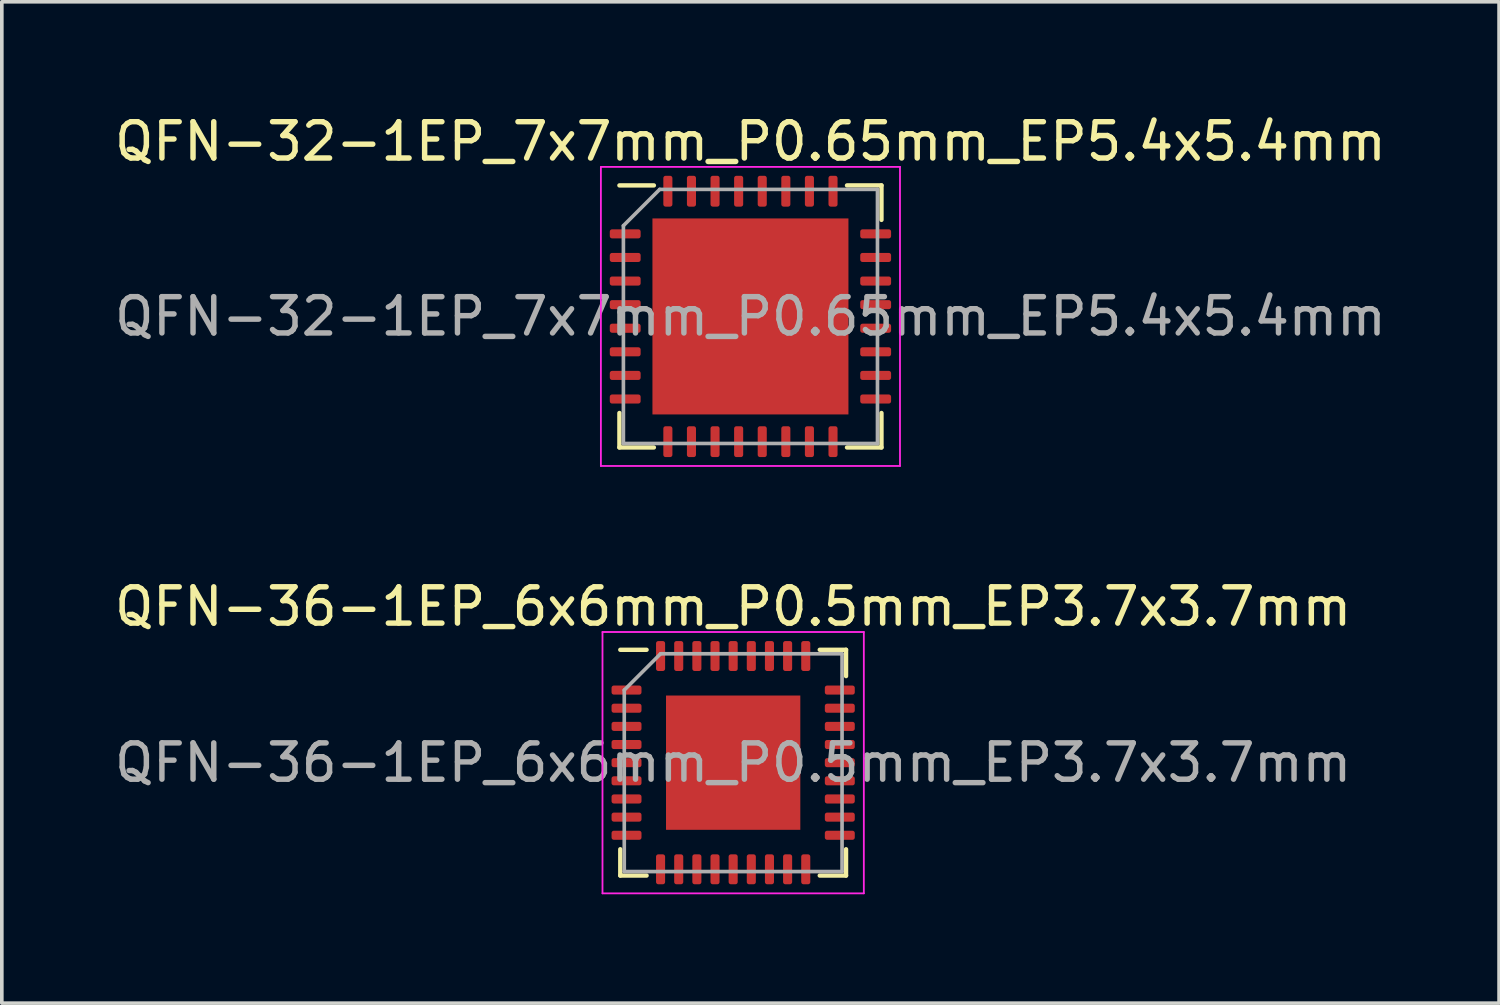
<source format=kicad_pcb>
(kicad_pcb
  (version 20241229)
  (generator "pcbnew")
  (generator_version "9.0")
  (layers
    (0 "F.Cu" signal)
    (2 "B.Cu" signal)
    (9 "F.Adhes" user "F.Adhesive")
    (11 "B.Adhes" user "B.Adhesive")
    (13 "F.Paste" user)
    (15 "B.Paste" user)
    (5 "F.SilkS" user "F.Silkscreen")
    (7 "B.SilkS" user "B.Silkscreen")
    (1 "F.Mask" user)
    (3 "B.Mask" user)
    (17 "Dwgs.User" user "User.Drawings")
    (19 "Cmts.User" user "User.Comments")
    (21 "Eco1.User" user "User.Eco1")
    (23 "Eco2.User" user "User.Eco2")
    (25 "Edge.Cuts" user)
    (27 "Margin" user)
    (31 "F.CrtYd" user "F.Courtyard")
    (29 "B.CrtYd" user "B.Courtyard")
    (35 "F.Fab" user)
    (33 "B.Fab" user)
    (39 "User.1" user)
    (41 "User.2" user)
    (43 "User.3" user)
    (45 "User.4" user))
  (footprint "QFN-32-1EP_7x7mm_P0.65mm_EP5.4x5.4mm"
    (layer "F.Cu")
    (at 17.625 5.668)
    (property "Reference" "QFN-32-1EP_7x7mm_P0.65mm_EP5.4x5.4mm" (at 0 -4.82 0) (layer "F.SilkS") (effects (font (size 1 1) (thickness 0.15))))
    (attr smd)
    (fp_line (start -3.61 3.61) (end -3.61 2.66) (stroke (width 0.12) (type solid)) (layer "F.SilkS"))
    (fp_line (start -2.66 -3.61) (end -3.61 -3.61) (stroke (width 0.12) (type solid)) (layer "F.SilkS"))
    (fp_line (start -2.66 3.61) (end -3.61 3.61) (stroke (width 0.12) (type solid)) (layer "F.SilkS"))
    (fp_line (start 2.66 -3.61) (end 3.61 -3.61) (stroke (width 0.12) (type solid)) (layer "F.SilkS"))
    (fp_line (start 2.66 3.61) (end 3.61 3.61) (stroke (width 0.12) (type solid)) (layer "F.SilkS"))
    (fp_line (start 3.61 -3.61) (end 3.61 -2.66) (stroke (width 0.12) (type solid)) (layer "F.SilkS"))
    (fp_line (start 3.61 3.61) (end 3.61 2.66) (stroke (width 0.12) (type solid)) (layer "F.SilkS"))
    (fp_line (start -4.12 -4.12) (end -4.12 4.12) (stroke (width 0.05) (type solid)) (layer "F.CrtYd"))
    (fp_line (start -4.12 4.12) (end 4.12 4.12) (stroke (width 0.05) (type solid)) (layer "F.CrtYd"))
    (fp_line (start 4.12 -4.12) (end -4.12 -4.12) (stroke (width 0.05) (type solid)) (layer "F.CrtYd"))
    (fp_line (start 4.12 4.12) (end 4.12 -4.12) (stroke (width 0.05) (type solid)) (layer "F.CrtYd"))
    (fp_line (start -3.5 -2.5) (end -2.5 -3.5) (stroke (width 0.1) (type solid)) (layer "F.Fab"))
    (fp_line (start -3.5 3.5) (end -3.5 -2.5) (stroke (width 0.1) (type solid)) (layer "F.Fab"))
    (fp_line (start -2.5 -3.5) (end 3.5 -3.5) (stroke (width 0.1) (type solid)) (layer "F.Fab"))
    (fp_line (start 3.5 -3.5) (end 3.5 3.5) (stroke (width 0.1) (type solid)) (layer "F.Fab"))
    (fp_line (start 3.5 3.5) (end -3.5 3.5) (stroke (width 0.1) (type solid)) (layer "F.Fab"))
    (fp_text user "${REFERENCE}" (at 0 0 0) (layer "F.Fab") (effects (font (size 1 1) (thickness 0.15))))
    (pad "" smd roundrect (at -2.025 -2.025) (size 1.09 1.09) (layers "F.Paste") (roundrect_rratio 0.229))
    (pad "" smd roundrect (at -2.025 -0.675) (size 1.09 1.09) (layers "F.Paste") (roundrect_rratio 0.229))
    (pad "" smd roundrect (at -2.025 0.675) (size 1.09 1.09) (layers "F.Paste") (roundrect_rratio 0.229))
    (pad "" smd roundrect (at -2.025 2.025) (size 1.09 1.09) (layers "F.Paste") (roundrect_rratio 0.229))
    (pad "" smd roundrect (at -0.675 -2.025) (size 1.09 1.09) (layers "F.Paste") (roundrect_rratio 0.229))
    (pad "" smd roundrect (at -0.675 -0.675) (size 1.09 1.09) (layers "F.Paste") (roundrect_rratio 0.229))
    (pad "" smd roundrect (at -0.675 0.675) (size 1.09 1.09) (layers "F.Paste") (roundrect_rratio 0.229))
    (pad "" smd roundrect (at -0.675 2.025) (size 1.09 1.09) (layers "F.Paste") (roundrect_rratio 0.229))
    (pad "" smd roundrect (at 0.675 -2.025) (size 1.09 1.09) (layers "F.Paste") (roundrect_rratio 0.229))
    (pad "" smd roundrect (at 0.675 -0.675) (size 1.09 1.09) (layers "F.Paste") (roundrect_rratio 0.229))
    (pad "" smd roundrect (at 0.675 0.675) (size 1.09 1.09) (layers "F.Paste") (roundrect_rratio 0.229))
    (pad "" smd roundrect (at 0.675 2.025) (size 1.09 1.09) (layers "F.Paste") (roundrect_rratio 0.229))
    (pad "" smd roundrect (at 2.025 -2.025) (size 1.09 1.09) (layers "F.Paste") (roundrect_rratio 0.229))
    (pad "" smd roundrect (at 2.025 -0.675) (size 1.09 1.09) (layers "F.Paste") (roundrect_rratio 0.229))
    (pad "" smd roundrect (at 2.025 0.675) (size 1.09 1.09) (layers "F.Paste") (roundrect_rratio 0.229))
    (pad "" smd roundrect (at 2.025 2.025) (size 1.09 1.09) (layers "F.Paste") (roundrect_rratio 0.229))
    (pad "1" smd roundrect (at -3.45 -2.275) (size 0.85 0.25) (layers "F.Cu" "F.Mask" "F.Paste") (roundrect_rratio 0.25))
    (pad "2" smd roundrect (at -3.45 -1.625) (size 0.85 0.25) (layers "F.Cu" "F.Mask" "F.Paste") (roundrect_rratio 0.25))
    (pad "3" smd roundrect (at -3.45 -0.975) (size 0.85 0.25) (layers "F.Cu" "F.Mask" "F.Paste") (roundrect_rratio 0.25))
    (pad "4" smd roundrect (at -3.45 -0.325) (size 0.85 0.25) (layers "F.Cu" "F.Mask" "F.Paste") (roundrect_rratio 0.25))
    (pad "5" smd roundrect (at -3.45 0.325) (size 0.85 0.25) (layers "F.Cu" "F.Mask" "F.Paste") (roundrect_rratio 0.25))
    (pad "6" smd roundrect (at -3.45 0.975) (size 0.85 0.25) (layers "F.Cu" "F.Mask" "F.Paste") (roundrect_rratio 0.25))
    (pad "7" smd roundrect (at -3.45 1.625) (size 0.85 0.25) (layers "F.Cu" "F.Mask" "F.Paste") (roundrect_rratio 0.25))
    (pad "8" smd roundrect (at -3.45 2.275) (size 0.85 0.25) (layers "F.Cu" "F.Mask" "F.Paste") (roundrect_rratio 0.25))
    (pad "9" smd roundrect (at -2.275 3.45) (size 0.25 0.85) (layers "F.Cu" "F.Mask" "F.Paste") (roundrect_rratio 0.25))
    (pad "10" smd roundrect (at -1.625 3.45) (size 0.25 0.85) (layers "F.Cu" "F.Mask" "F.Paste") (roundrect_rratio 0.25))
    (pad "11" smd roundrect (at -0.975 3.45) (size 0.25 0.85) (layers "F.Cu" "F.Mask" "F.Paste") (roundrect_rratio 0.25))
    (pad "12" smd roundrect (at -0.325 3.45) (size 0.25 0.85) (layers "F.Cu" "F.Mask" "F.Paste") (roundrect_rratio 0.25))
    (pad "13" smd roundrect (at 0.325 3.45) (size 0.25 0.85) (layers "F.Cu" "F.Mask" "F.Paste") (roundrect_rratio 0.25))
    (pad "14" smd roundrect (at 0.975 3.45) (size 0.25 0.85) (layers "F.Cu" "F.Mask" "F.Paste") (roundrect_rratio 0.25))
    (pad "15" smd roundrect (at 1.625 3.45) (size 0.25 0.85) (layers "F.Cu" "F.Mask" "F.Paste") (roundrect_rratio 0.25))
    (pad "16" smd roundrect (at 2.275 3.45) (size 0.25 0.85) (layers "F.Cu" "F.Mask" "F.Paste") (roundrect_rratio 0.25))
    (pad "17" smd roundrect (at 3.45 2.275) (size 0.85 0.25) (layers "F.Cu" "F.Mask" "F.Paste") (roundrect_rratio 0.25))
    (pad "18" smd roundrect (at 3.45 1.625) (size 0.85 0.25) (layers "F.Cu" "F.Mask" "F.Paste") (roundrect_rratio 0.25))
    (pad "19" smd roundrect (at 3.45 0.975) (size 0.85 0.25) (layers "F.Cu" "F.Mask" "F.Paste") (roundrect_rratio 0.25))
    (pad "20" smd roundrect (at 3.45 0.325) (size 0.85 0.25) (layers "F.Cu" "F.Mask" "F.Paste") (roundrect_rratio 0.25))
    (pad "21" smd roundrect (at 3.45 -0.325) (size 0.85 0.25) (layers "F.Cu" "F.Mask" "F.Paste") (roundrect_rratio 0.25))
    (pad "22" smd roundrect (at 3.45 -0.975) (size 0.85 0.25) (layers "F.Cu" "F.Mask" "F.Paste") (roundrect_rratio 0.25))
    (pad "23" smd roundrect (at 3.45 -1.625) (size 0.85 0.25) (layers "F.Cu" "F.Mask" "F.Paste") (roundrect_rratio 0.25))
    (pad "24" smd roundrect (at 3.45 -2.275) (size 0.85 0.25) (layers "F.Cu" "F.Mask" "F.Paste") (roundrect_rratio 0.25))
    (pad "25" smd roundrect (at 2.275 -3.45) (size 0.25 0.85) (layers "F.Cu" "F.Mask" "F.Paste") (roundrect_rratio 0.25))
    (pad "26" smd roundrect (at 1.625 -3.45) (size 0.25 0.85) (layers "F.Cu" "F.Mask" "F.Paste") (roundrect_rratio 0.25))
    (pad "27" smd roundrect (at 0.975 -3.45) (size 0.25 0.85) (layers "F.Cu" "F.Mask" "F.Paste") (roundrect_rratio 0.25))
    (pad "28" smd roundrect (at 0.325 -3.45) (size 0.25 0.85) (layers "F.Cu" "F.Mask" "F.Paste") (roundrect_rratio 0.25))
    (pad "29" smd roundrect (at -0.325 -3.45) (size 0.25 0.85) (layers "F.Cu" "F.Mask" "F.Paste") (roundrect_rratio 0.25))
    (pad "30" smd roundrect (at -0.975 -3.45) (size 0.25 0.85) (layers "F.Cu" "F.Mask" "F.Paste") (roundrect_rratio 0.25))
    (pad "31" smd roundrect (at -1.625 -3.45) (size 0.25 0.85) (layers "F.Cu" "F.Mask" "F.Paste") (roundrect_rratio 0.25))
    (pad "32" smd roundrect (at -2.275 -3.45) (size 0.25 0.85) (layers "F.Cu" "F.Mask" "F.Paste") (roundrect_rratio 0.25))
    (pad "33" smd rect (at 0 0) (size 5.4 5.4) (layers "F.Cu" "F.Mask")))
  (footprint "QFN-36-1EP_6x6mm_P0.5mm_EP3.7x3.7mm"
    (layer "F.Cu")
    (at 17.149 17.962)
    (property "Reference" "QFN-36-1EP_6x6mm_P0.5mm_EP3.7x3.7mm" (at 0 -4.3 0) (layer "F.SilkS") (effects (font (size 1 1) (thickness 0.15))))
    (attr smd)
    (fp_line (start -3.11 3.11) (end -3.11 2.385) (stroke (width 0.12) (type solid)) (layer "F.SilkS"))
    (fp_line (start -2.385 -3.11) (end -3.11 -3.11) (stroke (width 0.12) (type solid)) (layer "F.SilkS"))
    (fp_line (start -2.385 3.11) (end -3.11 3.11) (stroke (width 0.12) (type solid)) (layer "F.SilkS"))
    (fp_line (start 2.385 -3.11) (end 3.11 -3.11) (stroke (width 0.12) (type solid)) (layer "F.SilkS"))
    (fp_line (start 2.385 3.11) (end 3.11 3.11) (stroke (width 0.12) (type solid)) (layer "F.SilkS"))
    (fp_line (start 3.11 -3.11) (end 3.11 -2.385) (stroke (width 0.12) (type solid)) (layer "F.SilkS"))
    (fp_line (start 3.11 3.11) (end 3.11 2.385) (stroke (width 0.12) (type solid)) (layer "F.SilkS"))
    (fp_line (start -3.6 -3.6) (end -3.6 3.6) (stroke (width 0.05) (type solid)) (layer "F.CrtYd"))
    (fp_line (start -3.6 3.6) (end 3.6 3.6) (stroke (width 0.05) (type solid)) (layer "F.CrtYd"))
    (fp_line (start 3.6 -3.6) (end -3.6 -3.6) (stroke (width 0.05) (type solid)) (layer "F.CrtYd"))
    (fp_line (start 3.6 3.6) (end 3.6 -3.6) (stroke (width 0.05) (type solid)) (layer "F.CrtYd"))
    (fp_line (start -3 -2) (end -2 -3) (stroke (width 0.1) (type solid)) (layer "F.Fab"))
    (fp_line (start -3 3) (end -3 -2) (stroke (width 0.1) (type solid)) (layer "F.Fab"))
    (fp_line (start -2 -3) (end 3 -3) (stroke (width 0.1) (type solid)) (layer "F.Fab"))
    (fp_line (start 3 -3) (end 3 3) (stroke (width 0.1) (type solid)) (layer "F.Fab"))
    (fp_line (start 3 3) (end -3 3) (stroke (width 0.1) (type solid)) (layer "F.Fab"))
    (fp_text user "${REFERENCE}" (at 0 0 0) (layer "F.Fab") (effects (font (size 1 1) (thickness 0.15))))
    (pad "" smd roundrect (at -1.23 -1.23) (size 0.99 0.99) (layers "F.Paste") (roundrect_rratio 0.25))
    (pad "" smd roundrect (at -1.23 0) (size 0.99 0.99) (layers "F.Paste") (roundrect_rratio 0.25))
    (pad "" smd roundrect (at -1.23 1.23) (size 0.99 0.99) (layers "F.Paste") (roundrect_rratio 0.25))
    (pad "" smd roundrect (at 0 -1.23) (size 0.99 0.99) (layers "F.Paste") (roundrect_rratio 0.25))
    (pad "" smd roundrect (at 0 0) (size 0.99 0.99) (layers "F.Paste") (roundrect_rratio 0.25))
    (pad "" smd roundrect (at 0 1.23) (size 0.99 0.99) (layers "F.Paste") (roundrect_rratio 0.25))
    (pad "" smd roundrect (at 1.23 -1.23) (size 0.99 0.99) (layers "F.Paste") (roundrect_rratio 0.25))
    (pad "" smd roundrect (at 1.23 0) (size 0.99 0.99) (layers "F.Paste") (roundrect_rratio 0.25))
    (pad "" smd roundrect (at 1.23 1.23) (size 0.99 0.99) (layers "F.Paste") (roundrect_rratio 0.25))
    (pad "1" smd roundrect (at -2.938 -2) (size 0.825 0.25) (layers "F.Cu" "F.Mask" "F.Paste") (roundrect_rratio 0.25))
    (pad "2" smd roundrect (at -2.938 -1.5) (size 0.825 0.25) (layers "F.Cu" "F.Mask" "F.Paste") (roundrect_rratio 0.25))
    (pad "3" smd roundrect (at -2.938 -1) (size 0.825 0.25) (layers "F.Cu" "F.Mask" "F.Paste") (roundrect_rratio 0.25))
    (pad "4" smd roundrect (at -2.938 -0.5) (size 0.825 0.25) (layers "F.Cu" "F.Mask" "F.Paste") (roundrect_rratio 0.25))
    (pad "5" smd roundrect (at -2.938 0) (size 0.825 0.25) (layers "F.Cu" "F.Mask" "F.Paste") (roundrect_rratio 0.25))
    (pad "6" smd roundrect (at -2.938 0.5) (size 0.825 0.25) (layers "F.Cu" "F.Mask" "F.Paste") (roundrect_rratio 0.25))
    (pad "7" smd roundrect (at -2.938 1) (size 0.825 0.25) (layers "F.Cu" "F.Mask" "F.Paste") (roundrect_rratio 0.25))
    (pad "8" smd roundrect (at -2.938 1.5) (size 0.825 0.25) (layers "F.Cu" "F.Mask" "F.Paste") (roundrect_rratio 0.25))
    (pad "9" smd roundrect (at -2.938 2) (size 0.825 0.25) (layers "F.Cu" "F.Mask" "F.Paste") (roundrect_rratio 0.25))
    (pad "10" smd roundrect (at -2 2.938) (size 0.25 0.825) (layers "F.Cu" "F.Mask" "F.Paste") (roundrect_rratio 0.25))
    (pad "11" smd roundrect (at -1.5 2.938) (size 0.25 0.825) (layers "F.Cu" "F.Mask" "F.Paste") (roundrect_rratio 0.25))
    (pad "12" smd roundrect (at -1 2.938) (size 0.25 0.825) (layers "F.Cu" "F.Mask" "F.Paste") (roundrect_rratio 0.25))
    (pad "13" smd roundrect (at -0.5 2.938) (size 0.25 0.825) (layers "F.Cu" "F.Mask" "F.Paste") (roundrect_rratio 0.25))
    (pad "14" smd roundrect (at 0 2.938) (size 0.25 0.825) (layers "F.Cu" "F.Mask" "F.Paste") (roundrect_rratio 0.25))
    (pad "15" smd roundrect (at 0.5 2.938) (size 0.25 0.825) (layers "F.Cu" "F.Mask" "F.Paste") (roundrect_rratio 0.25))
    (pad "16" smd roundrect (at 1 2.938) (size 0.25 0.825) (layers "F.Cu" "F.Mask" "F.Paste") (roundrect_rratio 0.25))
    (pad "17" smd roundrect (at 1.5 2.938) (size 0.25 0.825) (layers "F.Cu" "F.Mask" "F.Paste") (roundrect_rratio 0.25))
    (pad "18" smd roundrect (at 2 2.938) (size 0.25 0.825) (layers "F.Cu" "F.Mask" "F.Paste") (roundrect_rratio 0.25))
    (pad "19" smd roundrect (at 2.938 2) (size 0.825 0.25) (layers "F.Cu" "F.Mask" "F.Paste") (roundrect_rratio 0.25))
    (pad "20" smd roundrect (at 2.938 1.5) (size 0.825 0.25) (layers "F.Cu" "F.Mask" "F.Paste") (roundrect_rratio 0.25))
    (pad "21" smd roundrect (at 2.938 1) (size 0.825 0.25) (layers "F.Cu" "F.Mask" "F.Paste") (roundrect_rratio 0.25))
    (pad "22" smd roundrect (at 2.938 0.5) (size 0.825 0.25) (layers "F.Cu" "F.Mask" "F.Paste") (roundrect_rratio 0.25))
    (pad "23" smd roundrect (at 2.938 0) (size 0.825 0.25) (layers "F.Cu" "F.Mask" "F.Paste") (roundrect_rratio 0.25))
    (pad "24" smd roundrect (at 2.938 -0.5) (size 0.825 0.25) (layers "F.Cu" "F.Mask" "F.Paste") (roundrect_rratio 0.25))
    (pad "25" smd roundrect (at 2.938 -1) (size 0.825 0.25) (layers "F.Cu" "F.Mask" "F.Paste") (roundrect_rratio 0.25))
    (pad "26" smd roundrect (at 2.938 -1.5) (size 0.825 0.25) (layers "F.Cu" "F.Mask" "F.Paste") (roundrect_rratio 0.25))
    (pad "27" smd roundrect (at 2.938 -2) (size 0.825 0.25) (layers "F.Cu" "F.Mask" "F.Paste") (roundrect_rratio 0.25))
    (pad "28" smd roundrect (at 2 -2.938) (size 0.25 0.825) (layers "F.Cu" "F.Mask" "F.Paste") (roundrect_rratio 0.25))
    (pad "29" smd roundrect (at 1.5 -2.938) (size 0.25 0.825) (layers "F.Cu" "F.Mask" "F.Paste") (roundrect_rratio 0.25))
    (pad "30" smd roundrect (at 1 -2.938) (size 0.25 0.825) (layers "F.Cu" "F.Mask" "F.Paste") (roundrect_rratio 0.25))
    (pad "31" smd roundrect (at 0.5 -2.938) (size 0.25 0.825) (layers "F.Cu" "F.Mask" "F.Paste") (roundrect_rratio 0.25))
    (pad "32" smd roundrect (at 0 -2.938) (size 0.25 0.825) (layers "F.Cu" "F.Mask" "F.Paste") (roundrect_rratio 0.25))
    (pad "33" smd roundrect (at -0.5 -2.938) (size 0.25 0.825) (layers "F.Cu" "F.Mask" "F.Paste") (roundrect_rratio 0.25))
    (pad "34" smd roundrect (at -1 -2.938) (size 0.25 0.825) (layers "F.Cu" "F.Mask" "F.Paste") (roundrect_rratio 0.25))
    (pad "35" smd roundrect (at -1.5 -2.938) (size 0.25 0.825) (layers "F.Cu" "F.Mask" "F.Paste") (roundrect_rratio 0.25))
    (pad "36" smd roundrect (at -2 -2.938) (size 0.25 0.825) (layers "F.Cu" "F.Mask" "F.Paste") (roundrect_rratio 0.25))
    (pad "37" smd rect (at 0 0) (size 3.7 3.7) (layers "F.Cu" "F.Mask")))
  (gr_rect
    (start -3 -3)
    (end 38.25 24.587)
    (stroke (width 0.1) (type default))
    (fill no)
    (layer "Edge.Cuts")))
</source>
